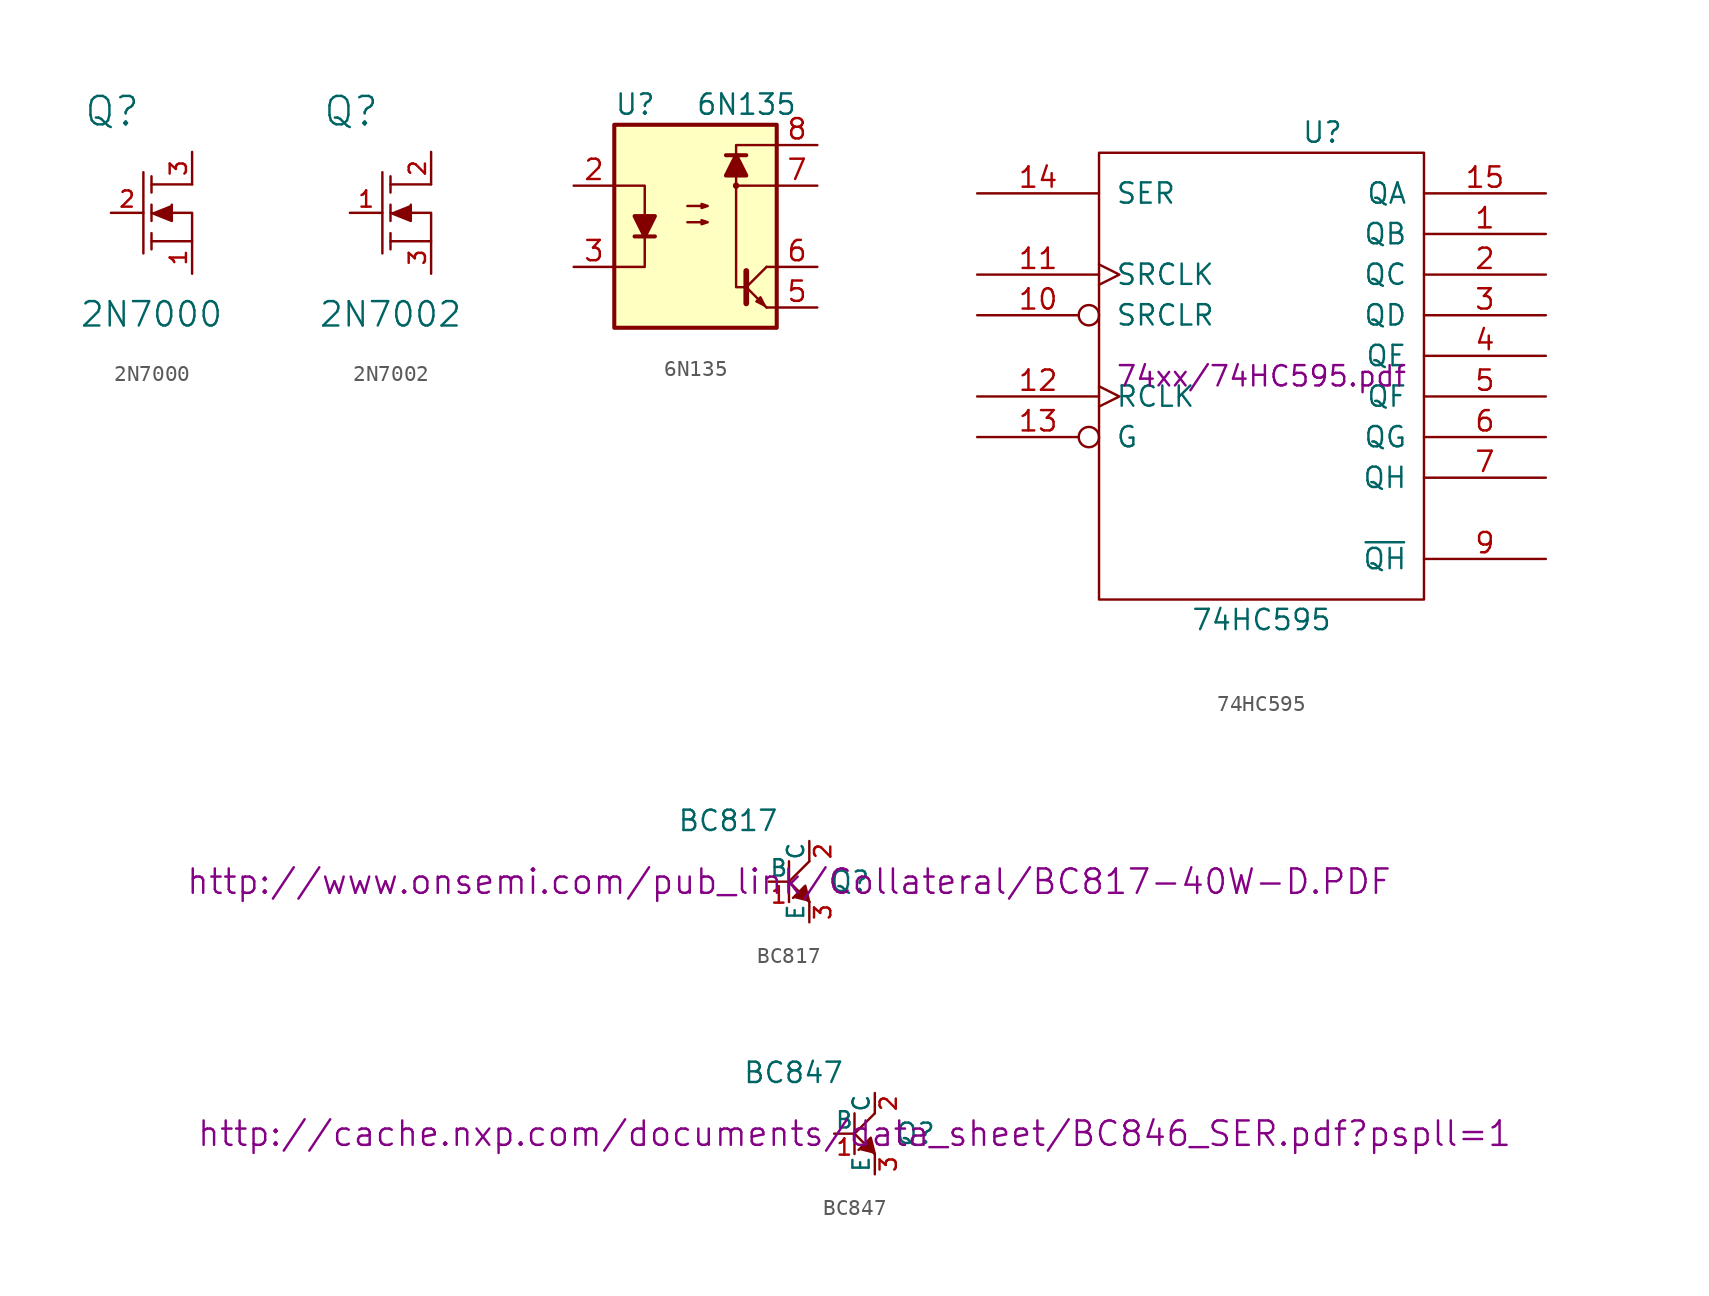
<source format=kicad_sym>
(kicad_symbol_lib
  (version 20211014)
  (generator kicad_symbol_editor)
  (symbol "2N7000"
    (pin_names
      (offset 0.762) hide)
    (property "Reference" "Q"
      (at -2.464 6.35 0)
      (effects (font (size 1.778 1.778))))
    (property "Value" "2N7000"
      (at 0 -6.35 0)
      (effects (font (size 1.524 1.524))))
    (symbol "2N7000_0_1"
      (polyline (pts (xy -0.508 2.54) (xy -0.508 -2.54) (xy -0.508 -2.54)) (stroke (width 0) (type default) (color 0 0 0 0)) (fill (type outline)))
      (polyline (pts (xy 0 -2.286) (xy 0 -1.27) (xy 0 -1.27)) (stroke (width 0) (type default) (color 0 0 0 0)) (fill (type outline)))
      (polyline (pts (xy 0 -0.508) (xy 0 0.508) (xy 0 0.508)) (stroke (width 0) (type default) (color 0 0 0 0)) (fill (type outline)))
      (polyline (pts (xy 0 1.27) (xy 0 2.286) (xy 0 2.286)) (stroke (width 0) (type default) (color 0 0 0 0)) (fill (type outline)))
      (polyline (pts (xy 0 1.778) (xy 2.54 1.778) (xy 2.54 1.778)) (stroke (width 0) (type default) (color 0 0 0 0)) (fill (type none)))
      (polyline (pts (xy 1.27 0.508) (xy 1.27 -0.508) (xy 0 0) (xy 0 0)) (stroke (width 0) (type default) (color 0 0 0 0)) (fill (type outline)))
      (polyline (pts (xy 0 -1.778) (xy 2.54 -1.778) (xy 2.54 0) (xy 1.27 0) (xy 1.27 0)) (stroke (width 0) (type default) (color 0 0 0 0)) (fill (type none))))
    (symbol "2N7000_1_1"
      (pin passive line (at 2.54 -3.81 90) (length 2.032) (name "S" (effects (font (size 1.016 1.016)))) (number "1" (effects (font (size 1.016 1.016)))))
      (pin input line (at -2.54 0 0) (length 2.032) (name "G" (effects (font (size 1.016 1.016)))) (number "2" (effects (font (size 1.016 1.016)))))
      (pin passive line (at 2.54 3.81 270) (length 2.032) (name "D" (effects (font (size 1.016 1.016)))) (number "3" (effects (font (size 1.016 1.016)))))))
  (symbol "2N7002"
    (pin_names
      (offset 0.762) hide)
    (property "Reference" "Q"
      (at -2.464 6.35 0)
      (effects (font (size 1.778 1.778))))
    (property "Value" "2N7002"
      (at 0 -6.35 0)
      (effects (font (size 1.524 1.524))))
    (property "Footprint" ""
      (at 0 0 0)
      (effects (font (size 1.524 1.524))))
    (property "Datasheet" ""
      (at 0 0 0)
      (effects (font (size 1.524 1.524))))
    (symbol "2N7002_0_1"
      (polyline (pts (xy -0.508 2.54) (xy -0.508 -2.54) (xy -0.508 -2.54)) (stroke (width 0) (type default) (color 0 0 0 0)) (fill (type outline)))
      (polyline (pts (xy 0 -2.286) (xy 0 -1.27) (xy 0 -1.27)) (stroke (width 0) (type default) (color 0 0 0 0)) (fill (type outline)))
      (polyline (pts (xy 0 -0.508) (xy 0 0.508) (xy 0 0.508)) (stroke (width 0) (type default) (color 0 0 0 0)) (fill (type outline)))
      (polyline (pts (xy 0 1.27) (xy 0 2.286) (xy 0 2.286)) (stroke (width 0) (type default) (color 0 0 0 0)) (fill (type outline)))
      (polyline (pts (xy 0 1.778) (xy 2.54 1.778) (xy 2.54 1.778)) (stroke (width 0) (type default) (color 0 0 0 0)) (fill (type none)))
      (polyline (pts (xy 1.27 0.508) (xy 1.27 -0.508) (xy 0 0) (xy 0 0)) (stroke (width 0) (type default) (color 0 0 0 0)) (fill (type outline)))
      (polyline (pts (xy 0 -1.778) (xy 2.54 -1.778) (xy 2.54 0) (xy 1.27 0) (xy 1.27 0)) (stroke (width 0) (type default) (color 0 0 0 0)) (fill (type none))))
    (symbol "2N7002_1_1"
      (pin input line (at -2.54 0 0) (length 2.032) (name "G" (effects (font (size 1.016 1.016)))) (number "1" (effects (font (size 1.016 1.016)))))
      (pin passive line (at 2.54 3.81 270) (length 2.032) (name "D" (effects (font (size 1.016 1.016)))) (number "2" (effects (font (size 1.016 1.016)))))
      (pin passive line (at 2.54 -3.81 90) (length 2.032) (name "S" (effects (font (size 1.016 1.016)))) (number "3" (effects (font (size 1.016 1.016)))))))
  (symbol "6N135"
    (pin_names
      (offset 1.016))
    (property "Reference" "U"
      (at -5.08 7.62 0)
      (effects (font (size 1.27 1.27)) (justify left)))
    (property "Value" "6N135"
      (at 0 7.62 0)
      (effects (font (size 1.27 1.27)) (justify left)))
    (symbol "6N135_0_1"
      (rectangle (start -5.08 6.35) (end 5.08 -6.35) (stroke (width 0.254) (type default) (color 0 0 0 0)) (fill (type background)))
      (polyline (pts (xy -3.81 -0.635) (xy -2.54 -0.635)) (stroke (width 0.254) (type default) (color 0 0 0 0)) (fill (type none)))
      (polyline (pts (xy 1.905 4.445) (xy 3.175 4.445)) (stroke (width 0.254) (type default) (color 0 0 0 0)) (fill (type none)))
      (polyline (pts (xy 3.175 -2.794) (xy 3.175 -4.826)) (stroke (width 0.356) (type default) (color 0 0 0 0)) (fill (type none)))
      (polyline (pts (xy 3.302 -3.937) (xy 4.445 -5.08)) (stroke (width 0) (type default) (color 0 0 0 0)) (fill (type none)))
      (polyline (pts (xy 3.302 -3.683) (xy 4.445 -2.54)) (stroke (width 0) (type default) (color 0 0 0 0)) (fill (type none)))
      (polyline (pts (xy 5.08 -5.08) (xy 4.445 -5.08)) (stroke (width 0) (type default) (color 0 0 0 0)) (fill (type none)))
      (polyline (pts (xy 5.08 -2.54) (xy 4.445 -2.54)) (stroke (width 0) (type default) (color 0 0 0 0)) (fill (type none)))
      (polyline (pts (xy 5.08 2.54) (xy 2.54 2.54)) (stroke (width 0) (type default) (color 0 0 0 0)) (fill (type none)))
      (polyline (pts (xy -5.08 2.54) (xy -3.175 2.54) (xy -3.175 -2.54) (xy -5.08 -2.54)) (stroke (width 0) (type default) (color 0 0 0 0)) (fill (type none)))
      (polyline (pts (xy -3.175 -0.635) (xy -3.81 0.635) (xy -2.54 0.635) (xy -3.175 -0.635)) (stroke (width 0.254) (type default) (color 0 0 0 0)) (fill (type outline)))
      (polyline (pts (xy 2.54 4.445) (xy 1.905 3.175) (xy 3.175 3.175) (xy 2.54 4.445)) (stroke (width 0.254) (type default) (color 0 0 0 0)) (fill (type outline)))
      (polyline (pts (xy 4.318 -4.953) (xy 4.064 -4.445) (xy 3.81 -4.699) (xy 4.318 -4.953)) (stroke (width 0) (type default) (color 0 0 0 0)) (fill (type none)))
      (polyline (pts (xy 5.08 5.08) (xy 2.54 5.08) (xy 2.54 -3.81) (xy 3.175 -3.81)) (stroke (width 0) (type default) (color 0 0 0 0)) (fill (type none)))
      (polyline (pts (xy -0.508 0.254) (xy 0.762 0.254) (xy 0.381 0.127) (xy 0.381 0.381) (xy 0.762 0.254)) (stroke (width 0) (type default) (color 0 0 0 0)) (fill (type none)))
      (polyline (pts (xy -0.508 1.27) (xy 0.762 1.27) (xy 0.381 1.143) (xy 0.381 1.397) (xy 0.762 1.27)) (stroke (width 0) (type default) (color 0 0 0 0)) (fill (type none)))
      (circle (center 2.54 2.54) (radius 0.127) (stroke (width 0) (type default) (color 0 0 0 0)) (fill (type none))))
    (symbol "6N135_1_1"
      (pin no_connect line (at -7.62 5.08 0) (length 2.54) hide (name "NC" (effects (font (size 1.27 1.27)))) (number "1" (effects (font (size 1.27 1.27)))))
      (pin passive line (at -7.62 2.54 0) (length 2.54) (name "~" (effects (font (size 1.27 1.27)))) (number "2" (effects (font (size 1.27 1.27)))))
      (pin passive line (at -7.62 -2.54 0) (length 2.54) (name "~" (effects (font (size 1.27 1.27)))) (number "3" (effects (font (size 1.27 1.27)))))
      (pin no_connect line (at -7.62 -5.08 0) (length 2.54) hide (name "NC" (effects (font (size 1.27 1.27)))) (number "4" (effects (font (size 1.27 1.27)))))
      (pin passive line (at 7.62 -5.08 180) (length 2.54) (name "~" (effects (font (size 1.27 1.27)))) (number "5" (effects (font (size 1.27 1.27)))))
      (pin passive line (at 7.62 -2.54 180) (length 2.54) (name "~" (effects (font (size 1.27 1.27)))) (number "6" (effects (font (size 1.27 1.27)))))
      (pin passive line (at 7.62 2.54 180) (length 2.54) (name "~" (effects (font (size 1.27 1.27)))) (number "7" (effects (font (size 1.27 1.27)))))
      (pin passive line (at 7.62 5.08 180) (length 2.54) (name "~" (effects (font (size 1.27 1.27)))) (number "8" (effects (font (size 1.27 1.27)))))))
  (symbol "74HC595"
    (pin_names
      (offset 1.016))
    (property "Reference" "U"
      (at 3.81 15.24 0)
      (effects (font (size 1.27 1.27))))
    (property "Value" "74HC595"
      (at 0 -15.24 0)
      (effects (font (size 1.27 1.27))))
    (property "Footprint" ""
      (at 0 0 0)
      (effects (font (size 1.27 1.27))))
    (property "Datasheet" "74xx/74HC595.pdf"
      (at 0 0 0)
      (effects (font (size 1.27 1.27))))
    (symbol "74HC595_0_1"
      (rectangle (start -10.16 -13.97) (end 10.16 13.97) (stroke (width 0) (type default) (color 0 0 0 0)) (fill (type none))))
    (symbol "74HC595_1_1"
      (pin tri_state line (at 17.78 8.89 180) (length 7.62) (name "QB" (effects (font (size 1.27 1.27)))) (number "1" (effects (font (size 1.27 1.27)))))
      (pin input inverted (at -17.78 3.81 0) (length 7.62) (name "SRCLR" (effects (font (size 1.27 1.27)))) (number "10" (effects (font (size 1.27 1.27)))))
      (pin input clock (at -17.78 6.35 0) (length 7.62) (name "SRCLK" (effects (font (size 1.27 1.27)))) (number "11" (effects (font (size 1.27 1.27)))))
      (pin input clock (at -17.78 -1.27 0) (length 7.62) (name "RCLK" (effects (font (size 1.27 1.27)))) (number "12" (effects (font (size 1.27 1.27)))))
      (pin input inverted (at -17.78 -3.81 0) (length 7.62) (name "G" (effects (font (size 1.27 1.27)))) (number "13" (effects (font (size 1.27 1.27)))))
      (pin input line (at -17.78 11.43 0) (length 7.62) (name "SER" (effects (font (size 1.27 1.27)))) (number "14" (effects (font (size 1.27 1.27)))))
      (pin tri_state line (at 17.78 11.43 180) (length 7.62) (name "QA" (effects (font (size 1.27 1.27)))) (number "15" (effects (font (size 1.27 1.27)))))
      (pin power_in line (at -7.62 13.97 270) (length 0) hide (name "VCC" (effects (font (size 1.27 1.27)))) (number "16" (effects (font (size 1.27 1.27)))))
      (pin tri_state line (at 17.78 6.35 180) (length 7.62) (name "QC" (effects (font (size 1.27 1.27)))) (number "2" (effects (font (size 1.27 1.27)))))
      (pin tri_state line (at 17.78 3.81 180) (length 7.62) (name "QD" (effects (font (size 1.27 1.27)))) (number "3" (effects (font (size 1.27 1.27)))))
      (pin tri_state line (at 17.78 1.27 180) (length 7.62) (name "QE" (effects (font (size 1.27 1.27)))) (number "4" (effects (font (size 1.27 1.27)))))
      (pin tri_state line (at 17.78 -1.27 180) (length 7.62) (name "QF" (effects (font (size 1.27 1.27)))) (number "5" (effects (font (size 1.27 1.27)))))
      (pin tri_state line (at 17.78 -3.81 180) (length 7.62) (name "QG" (effects (font (size 1.27 1.27)))) (number "6" (effects (font (size 1.27 1.27)))))
      (pin tri_state line (at 17.78 -6.35 180) (length 7.62) (name "QH" (effects (font (size 1.27 1.27)))) (number "7" (effects (font (size 1.27 1.27)))))
      (pin power_in line (at -7.62 -13.97 90) (length 0) hide (name "GND" (effects (font (size 1.27 1.27)))) (number "8" (effects (font (size 1.27 1.27)))))
      (pin output line (at 17.78 -11.43 180) (length 7.62) (name "~{QH}" (effects (font (size 1.27 1.27)))) (number "9" (effects (font (size 1.27 1.27)))))))
  (symbol "BC817"
    (pin_names
      (offset 0))
    (property "Reference" "Q"
      (at 3.81 0 0)
      (effects (font (size 1.27 1.27))))
    (property "Value" "BC817"
      (at -3.81 3.81 0)
      (effects (font (size 1.27 1.27))))
    (property "Footprint" ""
      (at 0 0 0)
      (effects (font (size 1.524 1.524))))
    (property "Datasheet" "http://www.onsemi.com/pub_link/Collateral/BC817-40W-D.PDF"
      (at 0 0 0)
      (effects (font (size 1.524 1.524))))
    (symbol "BC817_0_1"
      (polyline (pts (xy 0 0) (xy 1.27 -1.27) (xy 1.27 -1.27)) (stroke (width 0) (type default) (color 0 0 0 0)) (fill (type outline)))
      (polyline (pts (xy 0 0) (xy 1.27 1.27) (xy 1.27 1.27)) (stroke (width 0) (type default) (color 0 0 0 0)) (fill (type outline)))
      (polyline (pts (xy 0 1.27) (xy 0 -1.27) (xy 0 -1.27)) (stroke (width 0) (type default) (color 0 0 0 0)) (fill (type outline)))
      (polyline (pts (xy 1.27 -1.27) (xy 1.016 -0.254) (xy 0.254 -1.016) (xy 0.254 -1.016)) (stroke (width 0) (type default) (color 0 0 0 0)) (fill (type outline))))
    (symbol "BC817_1_1"
      (pin input line (at -1.27 0 0) (length 1.27) (name "B" (effects (font (size 1.016 1.016)))) (number "1" (effects (font (size 1.016 1.016)))))
      (pin passive line (at 1.27 2.54 270) (length 1.27) (name "C" (effects (font (size 1.016 1.016)))) (number "2" (effects (font (size 1.016 1.016)))))
      (pin passive line (at 1.27 -2.54 90) (length 1.27) (name "E" (effects (font (size 1.016 1.016)))) (number "3" (effects (font (size 1.016 1.016)))))))
  (symbol "BC847"
    (pin_names
      (offset 0))
    (property "Reference" "Q"
      (at 3.81 0 0)
      (effects (font (size 1.27 1.27))))
    (property "Value" "BC847"
      (at -3.81 3.81 0)
      (effects (font (size 1.27 1.27))))
    (property "Footprint" ""
      (at 0 0 0)
      (effects (font (size 1.524 1.524))))
    (property "Datasheet" "http://cache.nxp.com/documents/data_sheet/BC846_SER.pdf?pspll=1"
      (at 0 0 0)
      (effects (font (size 1.524 1.524))))
    (symbol "BC847_0_1"
      (polyline (pts (xy 0 0) (xy 1.27 -1.27) (xy 1.27 -1.27)) (stroke (width 0) (type default) (color 0 0 0 0)) (fill (type outline)))
      (polyline (pts (xy 0 0) (xy 1.27 1.27) (xy 1.27 1.27)) (stroke (width 0) (type default) (color 0 0 0 0)) (fill (type outline)))
      (polyline (pts (xy 0 1.27) (xy 0 -1.27) (xy 0 -1.27)) (stroke (width 0) (type default) (color 0 0 0 0)) (fill (type outline)))
      (polyline (pts (xy 1.27 -1.27) (xy 1.016 -0.254) (xy 0.254 -1.016) (xy 0.254 -1.016)) (stroke (width 0) (type default) (color 0 0 0 0)) (fill (type outline))))
    (symbol "BC847_1_1"
      (pin input line (at -1.27 0 0) (length 1.27) (name "B" (effects (font (size 1.016 1.016)))) (number "1" (effects (font (size 1.016 1.016)))))
      (pin passive line (at 1.27 2.54 270) (length 1.27) (name "C" (effects (font (size 1.016 1.016)))) (number "2" (effects (font (size 1.016 1.016)))))
      (pin passive line (at 1.27 -2.54 90) (length 1.27) (name "E" (effects (font (size 1.016 1.016)))) (number "3" (effects (font (size 1.016 1.016))))))))
</source>
